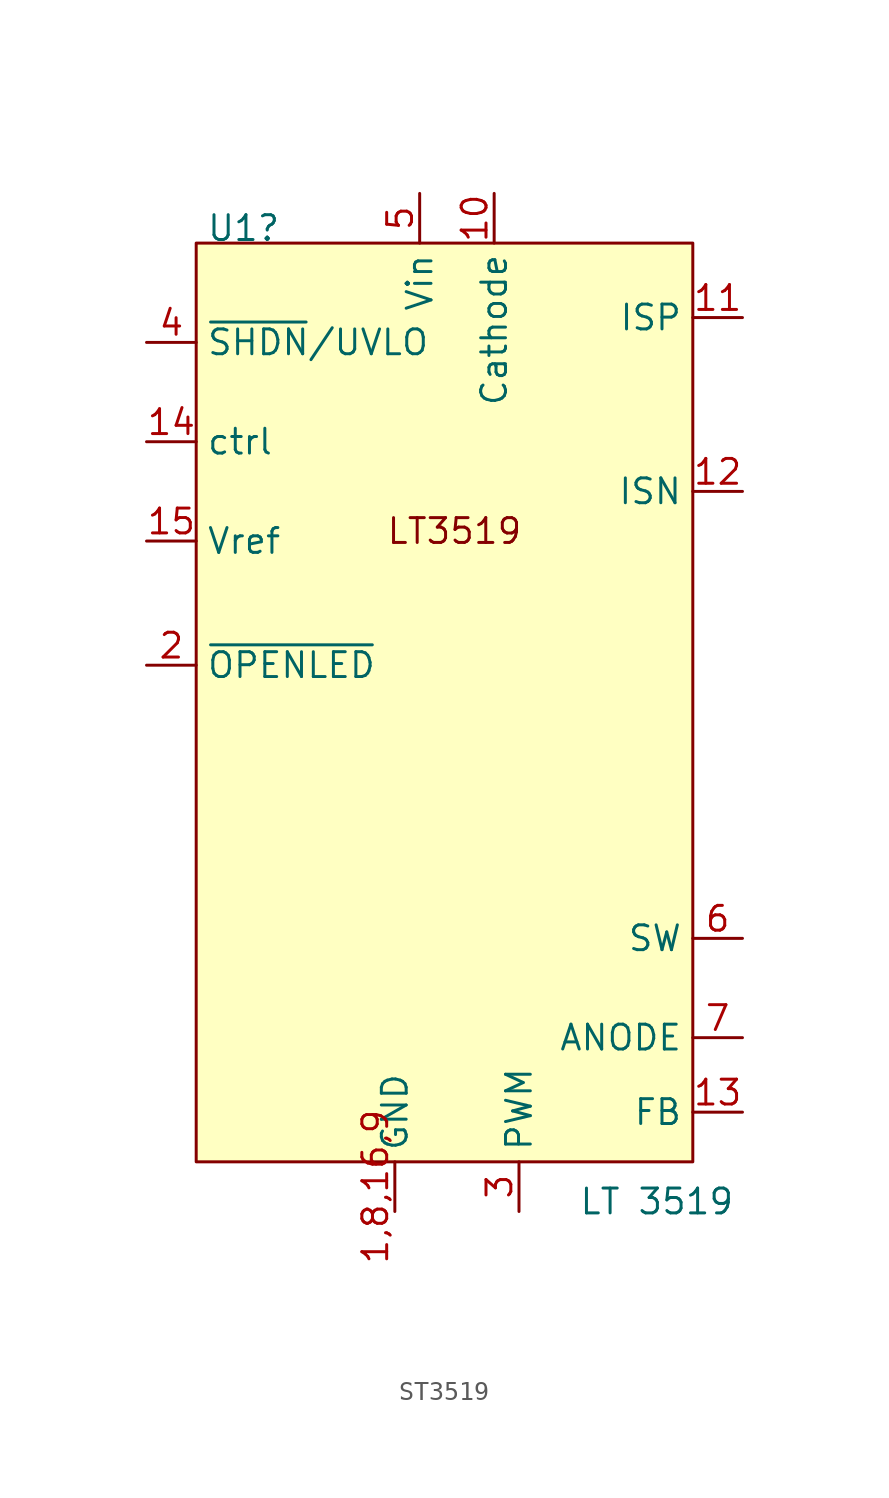
<source format=kicad_sym>
(kicad_symbol_lib
  (version 20231120)
  (generator "kicad_symbol_editor")
  (generator_version "8.0")
  (symbol "ST3519"
    (property "Reference" "U1"
      (at -13.462 22.352 0)
      (effects (font (size 1.27 1.27)) (justify left)))
    (property "Value" "LT 3519"
      (at 5.588 -27.432 0)
      (effects (font (size 1.27 1.27)) (justify left)))
    (symbol "ST3519_1_1"
      (rectangle (start -13.97 21.59) (end 11.43 -25.4) (stroke (width 0) (type default)) (fill (type background)))
      (text "LT3519" (at -0.762 6.858 0) (effects (font (size 1.27 1.27))))
      (pin power_in line (at -3.81 -27.94 90) (length 2.54) (name "GND" (effects (font (size 1.27 1.27)))) (number "1,8,16,9" (effects (font (size 1.27 1.27)))))
      (pin power_in line (at 1.27 24.13 270) (length 2.54) (name "Cathode" (effects (font (size 1.27 1.27)))) (number "10" (effects (font (size 1.27 1.27)))))
      (pin power_in line (at 13.97 17.78 180) (length 2.54) (name "ISP" (effects (font (size 1.27 1.27)))) (number "11" (effects (font (size 1.27 1.27)))))
      (pin power_in line (at 13.97 8.89 180) (length 2.54) (name "ISN" (effects (font (size 1.27 1.27)))) (number "12" (effects (font (size 1.27 1.27)))))
      (pin open_collector line (at 13.97 -22.86 180) (length 2.54) (name "FB" (effects (font (size 1.27 1.27)))) (number "13" (effects (font (size 1.27 1.27)))))
      (pin power_in line (at -16.51 11.43 0) (length 2.54) (name "ctrl" (effects (font (size 1.27 1.27)))) (number "14" (effects (font (size 1.27 1.27)))))
      (pin power_in line (at -16.51 6.35 0) (length 2.54) (name "Vref" (effects (font (size 1.27 1.27)))) (number "15" (effects (font (size 1.27 1.27)))))
      (pin power_in line (at -16.51 0 0) (length 2.54) (name "~{OPENLED}" (effects (font (size 1.27 1.27)))) (number "2" (effects (font (size 1.27 1.27)))))
      (pin input line (at 2.54 -27.94 90) (length 2.54) (name "PWM" (effects (font (size 1.27 1.27)))) (number "3" (effects (font (size 1.27 1.27)))))
      (pin power_in line (at -16.51 16.51 0) (length 2.54) (name "~{SHDN}/UVLO" (effects (font (size 1.27 1.27)))) (number "4" (effects (font (size 1.27 1.27)))))
      (pin power_in line (at -2.54 24.13 270) (length 2.54) (name "Vin" (effects (font (size 1.27 1.27)))) (number "5" (effects (font (size 1.27 1.27)))))
      (pin open_collector line (at 13.97 -13.97 180) (length 2.54) (name "SW" (effects (font (size 1.27 1.27)))) (number "6" (effects (font (size 1.27 1.27)))))
      (pin open_collector line (at 13.97 -19.05 180) (length 2.54) (name "ANODE" (effects (font (size 1.27 1.27)))) (number "7" (effects (font (size 1.27 1.27))))))))
</source>
